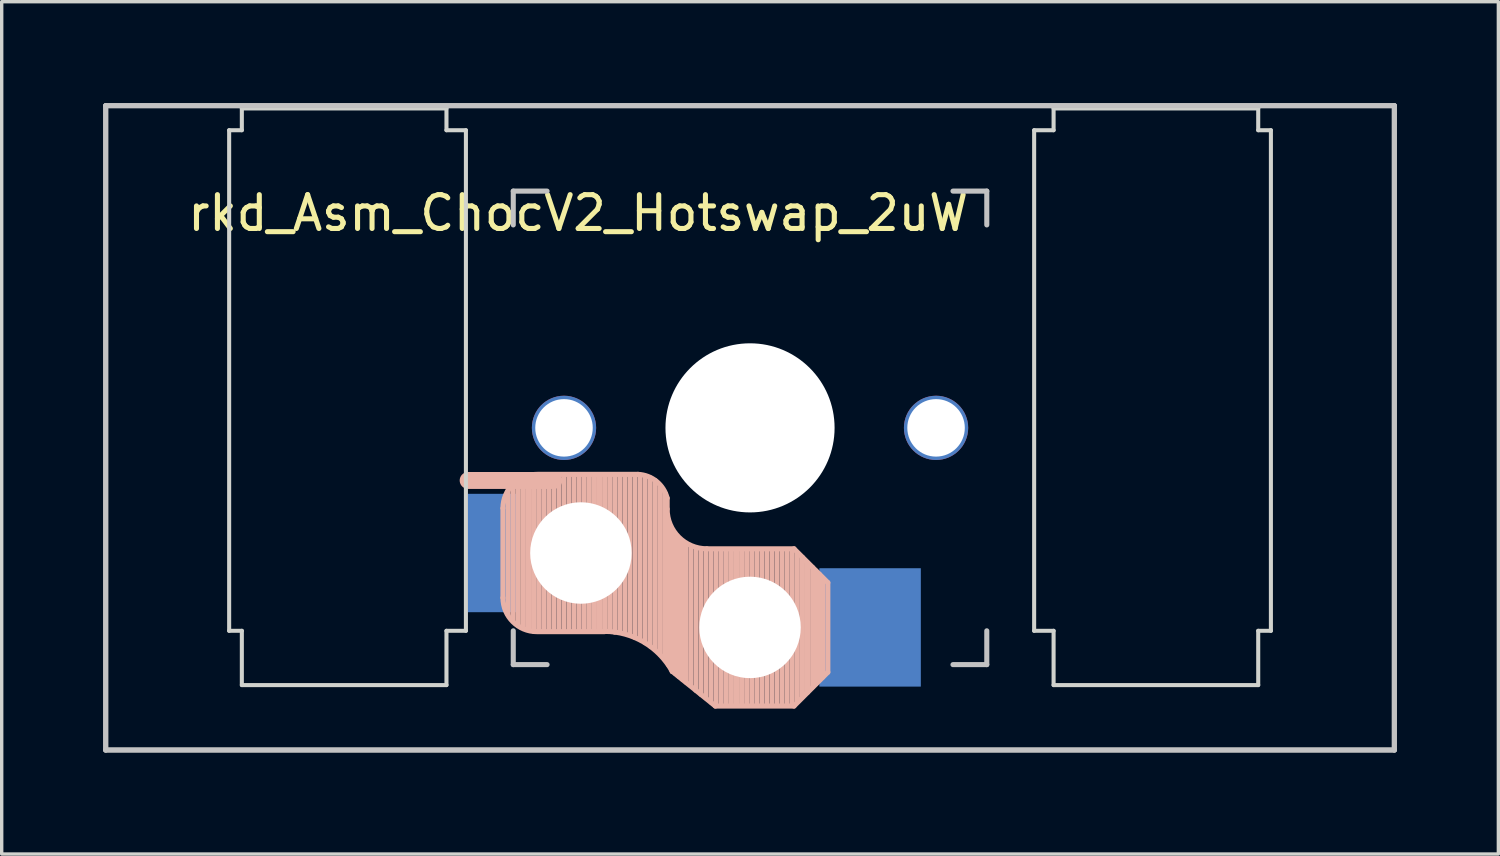
<source format=kicad_pcb>
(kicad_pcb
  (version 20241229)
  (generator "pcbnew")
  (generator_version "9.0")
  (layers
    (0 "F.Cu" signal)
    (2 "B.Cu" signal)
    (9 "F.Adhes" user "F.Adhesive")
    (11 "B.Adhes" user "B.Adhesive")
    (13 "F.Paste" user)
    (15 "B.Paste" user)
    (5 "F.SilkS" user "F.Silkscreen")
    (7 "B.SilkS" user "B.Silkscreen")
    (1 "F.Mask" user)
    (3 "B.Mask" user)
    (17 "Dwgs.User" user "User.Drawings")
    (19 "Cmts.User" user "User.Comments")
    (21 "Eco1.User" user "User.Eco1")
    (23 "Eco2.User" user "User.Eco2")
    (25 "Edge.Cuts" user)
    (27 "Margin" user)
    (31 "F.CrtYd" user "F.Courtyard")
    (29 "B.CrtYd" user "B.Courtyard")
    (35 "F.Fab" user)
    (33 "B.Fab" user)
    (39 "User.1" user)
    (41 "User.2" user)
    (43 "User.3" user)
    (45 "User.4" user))
  (footprint "rkd_Asm_ChocV2_Hotswap_2uW"
    (layer "F.Cu")
    (at 19.125 9.6)
    (property "Reference" "rkd_Asm_ChocV2_Hotswap_2uW" (at -5.08 -6.35 180) (layer "F.SilkS") (effects (font (size 1 1) (thickness 0.15))))
    (attr through_hole)
    (fp_line (start -7.305 2.375) (end -7.305 5.025) (stroke (width 0.15) (type solid)) (layer "B.SilkS"))
    (fp_line (start -7.15 5.53) (end -7.15 1.85) (stroke (width 0.15) (type solid)) (layer "B.SilkS"))
    (fp_line (start -7 5.7) (end -7 1.73) (stroke (width 0.15) (type solid)) (layer "B.SilkS"))
    (fp_line (start -6.85 5.84) (end -6.85 1.7) (stroke (width 0.15) (type solid)) (layer "B.SilkS"))
    (fp_line (start -6.7 5.92) (end -6.7 1.8) (stroke (width 0.15) (type solid)) (layer "B.SilkS"))
    (fp_line (start -6.55 5.97) (end -6.55 1.65) (stroke (width 0.15) (type solid)) (layer "B.SilkS"))
    (fp_line (start -6.4 6.01) (end -6.4 1.5) (stroke (width 0.15) (type solid)) (layer "B.SilkS"))
    (fp_line (start -6.25 6) (end -6.25 1.4) (stroke (width 0.15) (type solid)) (layer "B.SilkS"))
    (fp_line (start -6.1 6) (end -6.1 1.4) (stroke (width 0.15) (type solid)) (layer "B.SilkS"))
    (fp_line (start -5.95 6) (end -5.95 1.4) (stroke (width 0.15) (type solid)) (layer "B.SilkS"))
    (fp_line (start -5.8 1.555) (end -8.334 1.555) (stroke (width 0.5) (type default)) (layer "B.SilkS"))
    (fp_line (start -5.8 6) (end -5.8 1.4) (stroke (width 0.15) (type solid)) (layer "B.SilkS"))
    (fp_line (start -5.65 6) (end -5.65 1.4) (stroke (width 0.15) (type solid)) (layer "B.SilkS"))
    (fp_line (start -5.5 6) (end -5.5 1.4) (stroke (width 0.15) (type solid)) (layer "B.SilkS"))
    (fp_line (start -5.35 6) (end -5.35 1.4) (stroke (width 0.15) (type solid)) (layer "B.SilkS"))
    (fp_line (start -5.2 6) (end -5.2 1.4) (stroke (width 0.15) (type solid)) (layer "B.SilkS"))
    (fp_line (start -5.05 6) (end -5.05 1.4) (stroke (width 0.15) (type solid)) (layer "B.SilkS"))
    (fp_line (start -4.9 6) (end -4.9 1.4) (stroke (width 0.15) (type solid)) (layer "B.SilkS"))
    (fp_line (start -4.75 6) (end -4.75 1.4) (stroke (width 0.15) (type solid)) (layer "B.SilkS"))
    (fp_line (start -4.6 6) (end -4.6 1.4) (stroke (width 0.15) (type solid)) (layer "B.SilkS"))
    (fp_line (start -4.45 6) (end -4.45 1.4) (stroke (width 0.15) (type solid)) (layer "B.SilkS"))
    (fp_line (start -4.3 6) (end -4.3 1.4) (stroke (width 0.15) (type solid)) (layer "B.SilkS"))
    (fp_line (start -4.3 6.025) (end -6.275 6.025) (stroke (width 0.15) (type solid)) (layer "B.SilkS"))
    (fp_line (start -4.15 6) (end -4.15 1.45) (stroke (width 0.15) (type solid)) (layer "B.SilkS"))
    (fp_line (start -4 6.04) (end -4 1.4) (stroke (width 0.15) (type solid)) (layer "B.SilkS"))
    (fp_line (start -3.85 6.05) (end -3.85 1.4) (stroke (width 0.15) (type solid)) (layer "B.SilkS"))
    (fp_line (start -3.7 6.05) (end -3.7 1.45) (stroke (width 0.15) (type solid)) (layer "B.SilkS"))
    (fp_line (start -3.55 6.1) (end -3.55 1.39) (stroke (width 0.15) (type solid)) (layer "B.SilkS"))
    (fp_line (start -3.4 6.2) (end -3.4 1.38) (stroke (width 0.15) (type solid)) (layer "B.SilkS"))
    (fp_line (start -3.311 1.375) (end -6.275 1.375) (stroke (width 0.15) (type solid)) (layer "B.SilkS"))
    (fp_line (start -3.25 6.25) (end -3.25 1.4) (stroke (width 0.15) (type solid)) (layer "B.SilkS"))
    (fp_line (start -3.1 6.35) (end -3.1 1.43) (stroke (width 0.15) (type solid)) (layer "B.SilkS"))
    (fp_line (start -2.95 6.45) (end -2.95 1.48) (stroke (width 0.15) (type solid)) (layer "B.SilkS"))
    (fp_line (start -2.8 6.55) (end -2.8 1.56) (stroke (width 0.15) (type solid)) (layer "B.SilkS"))
    (fp_line (start -2.65 6.7) (end -2.65 1.75) (stroke (width 0.15) (type solid)) (layer "B.SilkS"))
    (fp_line (start -2.5 6.85) (end -2.5 1.95) (stroke (width 0.15) (type solid)) (layer "B.SilkS"))
    (fp_line (start -2.45 2.4) (end -2.45 2.077) (stroke (width 0.15) (type default)) (layer "B.SilkS"))
    (fp_line (start -2.4 7.02) (end -2.4 2.9) (stroke (width 0.15) (type solid)) (layer "B.SilkS"))
    (fp_line (start -2.3 7.2) (end -2.3 3.05) (stroke (width 0.15) (type solid)) (layer "B.SilkS"))
    (fp_line (start -2.3 7.2) (end -1.025 8.225) (stroke (width 0.15) (type solid)) (layer "B.SilkS"))
    (fp_line (start -2.2 7.27) (end -2.2 3.25) (stroke (width 0.15) (type solid)) (layer "B.SilkS"))
    (fp_line (start -2.1 7.35) (end -2.1 3.35) (stroke (width 0.15) (type solid)) (layer "B.SilkS"))
    (fp_line (start -2 7.43) (end -2 3.4) (stroke (width 0.15) (type solid)) (layer "B.SilkS"))
    (fp_line (start -1.89 7.52) (end -1.9 3.45) (stroke (width 0.15) (type solid)) (layer "B.SilkS"))
    (fp_line (start -1.75 7.62) (end -1.75 3.5) (stroke (width 0.15) (type solid)) (layer "B.SilkS"))
    (fp_line (start -1.6 7.76) (end -1.6 3.6) (stroke (width 0.15) (type solid)) (layer "B.SilkS"))
    (fp_line (start -1.45 7.88) (end -1.45 3.6) (stroke (width 0.15) (type solid)) (layer "B.SilkS"))
    (fp_line (start -1.3 7.99) (end -1.3 3.6) (stroke (width 0.15) (type solid)) (layer "B.SilkS"))
    (fp_line (start -1.15 8.11) (end -1.15 3.65) (stroke (width 0.15) (type solid)) (layer "B.SilkS"))
    (fp_line (start -1 8.2) (end -1 3.6) (stroke (width 0.15) (type solid)) (layer "B.SilkS"))
    (fp_line (start -0.85 8.2) (end -0.85 3.6) (stroke (width 0.15) (type solid)) (layer "B.SilkS"))
    (fp_line (start -0.7 8.2) (end -0.7 3.6) (stroke (width 0.15) (type solid)) (layer "B.SilkS"))
    (fp_line (start -0.55 8.2) (end -0.55 3.6) (stroke (width 0.15) (type solid)) (layer "B.SilkS"))
    (fp_line (start -0.4 8.2) (end -0.4 3.6) (stroke (width 0.15) (type solid)) (layer "B.SilkS"))
    (fp_line (start -0.25 8.2) (end -0.25 3.6) (stroke (width 0.15) (type solid)) (layer "B.SilkS"))
    (fp_line (start -0.1 8.2) (end -0.1 3.6) (stroke (width 0.15) (type solid)) (layer "B.SilkS"))
    (fp_line (start 0.05 8.2) (end 0.05 3.6) (stroke (width 0.15) (type solid)) (layer "B.SilkS"))
    (fp_line (start 0.2 8.2) (end 0.2 3.6) (stroke (width 0.15) (type solid)) (layer "B.SilkS"))
    (fp_line (start 0.35 8.2) (end 0.35 3.6) (stroke (width 0.15) (type solid)) (layer "B.SilkS"))
    (fp_line (start 0.5 8.2) (end 0.5 3.6) (stroke (width 0.15) (type solid)) (layer "B.SilkS"))
    (fp_line (start 0.65 8.2) (end 0.65 3.6) (stroke (width 0.15) (type solid)) (layer "B.SilkS"))
    (fp_line (start 0.8 8.2) (end 0.8 3.6) (stroke (width 0.15) (type solid)) (layer "B.SilkS"))
    (fp_line (start 0.95 8.2) (end 0.95 3.6) (stroke (width 0.15) (type solid)) (layer "B.SilkS"))
    (fp_line (start 1.1 8.2) (end 1.1 3.6) (stroke (width 0.15) (type solid)) (layer "B.SilkS"))
    (fp_line (start 1.25 8.2) (end 1.25 3.6) (stroke (width 0.15) (type solid)) (layer "B.SilkS"))
    (fp_line (start 1.3 3.575) (end -1.275 3.575) (stroke (width 0.15) (type solid)) (layer "B.SilkS"))
    (fp_line (start 1.3 8.225) (end -1.025 8.225) (stroke (width 0.15) (type solid)) (layer "B.SilkS"))
    (fp_line (start 1.4 8.09) (end 1.4 3.7) (stroke (width 0.15) (type solid)) (layer "B.SilkS"))
    (fp_line (start 1.55 7.95) (end 1.55 3.83) (stroke (width 0.15) (type solid)) (layer "B.SilkS"))
    (fp_line (start 1.7 7.82) (end 1.7 3.99) (stroke (width 0.15) (type solid)) (layer "B.SilkS"))
    (fp_line (start 1.85 7.66) (end 1.85 4.13) (stroke (width 0.15) (type solid)) (layer "B.SilkS"))
    (fp_line (start 1.95 7.56) (end 1.95 4.23) (stroke (width 0.15) (type solid)) (layer "B.SilkS"))
    (fp_line (start 2.05 7.45) (end 2.05 4.33) (stroke (width 0.15) (type solid)) (layer "B.SilkS"))
    (fp_line (start 2.15 7.37) (end 2.15 4.44) (stroke (width 0.15) (type solid)) (layer "B.SilkS"))
    (fp_line (start 2.3 4.575) (end 1.3 3.575) (stroke (width 0.15) (type solid)) (layer "B.SilkS"))
    (fp_line (start 2.3 4.575) (end 2.3 7.225) (stroke (width 0.15) (type solid)) (layer "B.SilkS"))
    (fp_line (start 2.3 7.225) (end 1.3 8.225) (stroke (width 0.15) (type solid)) (layer "B.SilkS"))
    (fp_arc (start -7.305 2.375) (mid -7.012107 1.667893) (end -6.305 1.375) (stroke (width 0.15) (type solid)) (layer "B.SilkS"))
    (fp_arc (start -6.305 6.025) (mid -7.012107 5.732107) (end -7.305 5.025) (stroke (width 0.15) (type solid)) (layer "B.SilkS"))
    (fp_arc (start -4.3 6.017458) (mid -3.138277 6.335211) (end -2.3 7.2) (stroke (width 0.15) (type solid)) (layer "B.SilkS"))
    (fp_arc (start -3.311204 1.375) (mid -2.763915 1.58277) (end -2.45 2.076887) (stroke (width 0.15) (type solid)) (layer "B.SilkS"))
    (fp_arc (start -1.275 3.575) (mid -2.10585 3.23085) (end -2.45 2.4) (stroke (width 0.15) (type solid)) (layer "B.SilkS"))
    (fp_line (start -19.05 -9.525) (end 19.05 -9.525) (stroke (width 0.15) (type solid)) (layer "Dwgs.User"))
    (fp_line (start -19.05 9.525) (end -19.05 -9.525) (stroke (width 0.15) (type solid)) (layer "Dwgs.User"))
    (fp_line (start -7 -7) (end -6 -7) (stroke (width 0.15) (type solid)) (layer "Dwgs.User"))
    (fp_line (start -7 -6) (end -7 -7) (stroke (width 0.15) (type solid)) (layer "Dwgs.User"))
    (fp_line (start -7 7) (end -7 6) (stroke (width 0.15) (type solid)) (layer "Dwgs.User"))
    (fp_line (start -6 7) (end -7 7) (stroke (width 0.15) (type solid)) (layer "Dwgs.User"))
    (fp_line (start 6 7) (end 7 7) (stroke (width 0.15) (type solid)) (layer "Dwgs.User"))
    (fp_line (start 7 -7) (end 6 -7) (stroke (width 0.15) (type solid)) (layer "Dwgs.User"))
    (fp_line (start 7 -6) (end 7 -7) (stroke (width 0.15) (type solid)) (layer "Dwgs.User"))
    (fp_line (start 7 7) (end 7 6) (stroke (width 0.15) (type solid)) (layer "Dwgs.User"))
    (fp_line (start 19.05 -9.525) (end 19.05 9.525) (stroke (width 0.15) (type solid)) (layer "Dwgs.User"))
    (fp_line (start 19.05 9.525) (end -19.05 9.525) (stroke (width 0.15) (type solid)) (layer "Dwgs.User"))
    (fp_line (start -15.4 -8.8) (end -15.4 6) (stroke (width 0.12) (type solid)) (layer "Edge.Cuts"))
    (fp_line (start -15.4 6) (end -15.025 6) (stroke (width 0.12) (type solid)) (layer "Edge.Cuts"))
    (fp_line (start -15.025 -9.445) (end -8.975 -9.445) (stroke (width 0.12) (type solid)) (layer "Edge.Cuts"))
    (fp_line (start -15.025 -8.8) (end -15.4 -8.8) (stroke (width 0.12) (type solid)) (layer "Edge.Cuts"))
    (fp_line (start -15.025 -8.8) (end -15.025 -9.445) (stroke (width 0.12) (type solid)) (layer "Edge.Cuts"))
    (fp_line (start -15.025 7.605) (end -15.025 6) (stroke (width 0.12) (type solid)) (layer "Edge.Cuts"))
    (fp_line (start -8.975 -8.8) (end -8.975 -9.445) (stroke (width 0.12) (type solid)) (layer "Edge.Cuts"))
    (fp_line (start -8.975 6) (end -8.975 7.605) (stroke (width 0.12) (type solid)) (layer "Edge.Cuts"))
    (fp_line (start -8.975 7.605) (end -15.025 7.605) (stroke (width 0.12) (type solid)) (layer "Edge.Cuts"))
    (fp_line (start -8.4 -8.8) (end -8.975 -8.8) (stroke (width 0.12) (type solid)) (layer "Edge.Cuts"))
    (fp_line (start -8.4 6) (end -8.975 6) (stroke (width 0.12) (type solid)) (layer "Edge.Cuts"))
    (fp_line (start -8.4 6) (end -8.4 -8.8) (stroke (width 0.12) (type solid)) (layer "Edge.Cuts"))
    (fp_line (start 8.4 -8.8) (end 8.975 -8.8) (stroke (width 0.12) (type solid)) (layer "Edge.Cuts"))
    (fp_line (start 8.4 6) (end 8.4 -8.8) (stroke (width 0.12) (type solid)) (layer "Edge.Cuts"))
    (fp_line (start 8.975 -9.445) (end 8.975 -8.8) (stroke (width 0.12) (type solid)) (layer "Edge.Cuts"))
    (fp_line (start 8.975 6) (end 8.4 6) (stroke (width 0.12) (type solid)) (layer "Edge.Cuts"))
    (fp_line (start 8.975 6) (end 8.975 7.605) (stroke (width 0.12) (type solid)) (layer "Edge.Cuts"))
    (fp_line (start 8.975 7.605) (end 15.025 7.605) (stroke (width 0.12) (type solid)) (layer "Edge.Cuts"))
    (fp_line (start 15.025 -9.445) (end 8.975 -9.445) (stroke (width 0.12) (type solid)) (layer "Edge.Cuts"))
    (fp_line (start 15.025 -9.445) (end 15.025 -8.8) (stroke (width 0.12) (type solid)) (layer "Edge.Cuts"))
    (fp_line (start 15.025 -8.8) (end 15.4 -8.8) (stroke (width 0.12) (type solid)) (layer "Edge.Cuts"))
    (fp_line (start 15.025 7.605) (end 15.025 6) (stroke (width 0.12) (type solid)) (layer "Edge.Cuts"))
    (fp_line (start 15.4 -8.8) (end 15.4 6) (stroke (width 0.12) (type solid)) (layer "Edge.Cuts"))
    (fp_line (start 15.4 6) (end 15.025 6) (stroke (width 0.12) (type solid)) (layer "Edge.Cuts"))
    (fp_line (start -19.05 -9.525) (end -19.05 9.525) (stroke (width 0.15) (type solid)) (layer "F.Fab"))
    (fp_line (start -19.05 9.525) (end 19.05 9.525) (stroke (width 0.15) (type solid)) (layer "F.Fab"))
    (fp_line (start 19.05 -9.525) (end -19.05 -9.525) (stroke (width 0.15) (type solid)) (layer "F.Fab"))
    (fp_line (start 19.05 9.525) (end 19.05 -9.525) (stroke (width 0.15) (type solid)) (layer "F.Fab"))
    (pad "" np_thru_hole circle (at -5.5 0) (size 1.9 1.9) (drill 1.7) (layers "*.Cu" "*.Mask"))
    (pad "" np_thru_hole circle (at -5 3.7 90) (size 3 3) (drill 3) (layers "*.Cu" "*.Mask"))
    (pad "" np_thru_hole circle (at 0 0 90) (size 5 5) (drill 5) (layers "*.Cu" "*.Mask"))
    (pad "" np_thru_hole circle (at 0 5.9 90) (size 3 3) (drill 3) (layers "*.Cu" "*.Mask"))
    (pad "" np_thru_hole circle (at 5.5 0) (size 1.9 1.9) (drill 1.7) (layers "*.Cu" "*.Mask"))
    (pad "1" smd rect (at -7.6 3.7 180) (size 1.5 3.5) (layers "B.Cu" "B.Mask" "B.Paste"))
    (pad "2" smd rect (at 3.55 5.9 180) (size 3 3.5) (layers "B.Cu" "B.Mask" "B.Paste")))
  (gr_rect
    (start -3 -3)
    (end 41.25 22.2)
    (stroke (width 0.1) (type default))
    (fill no)
    (layer "Edge.Cuts")))
</source>
